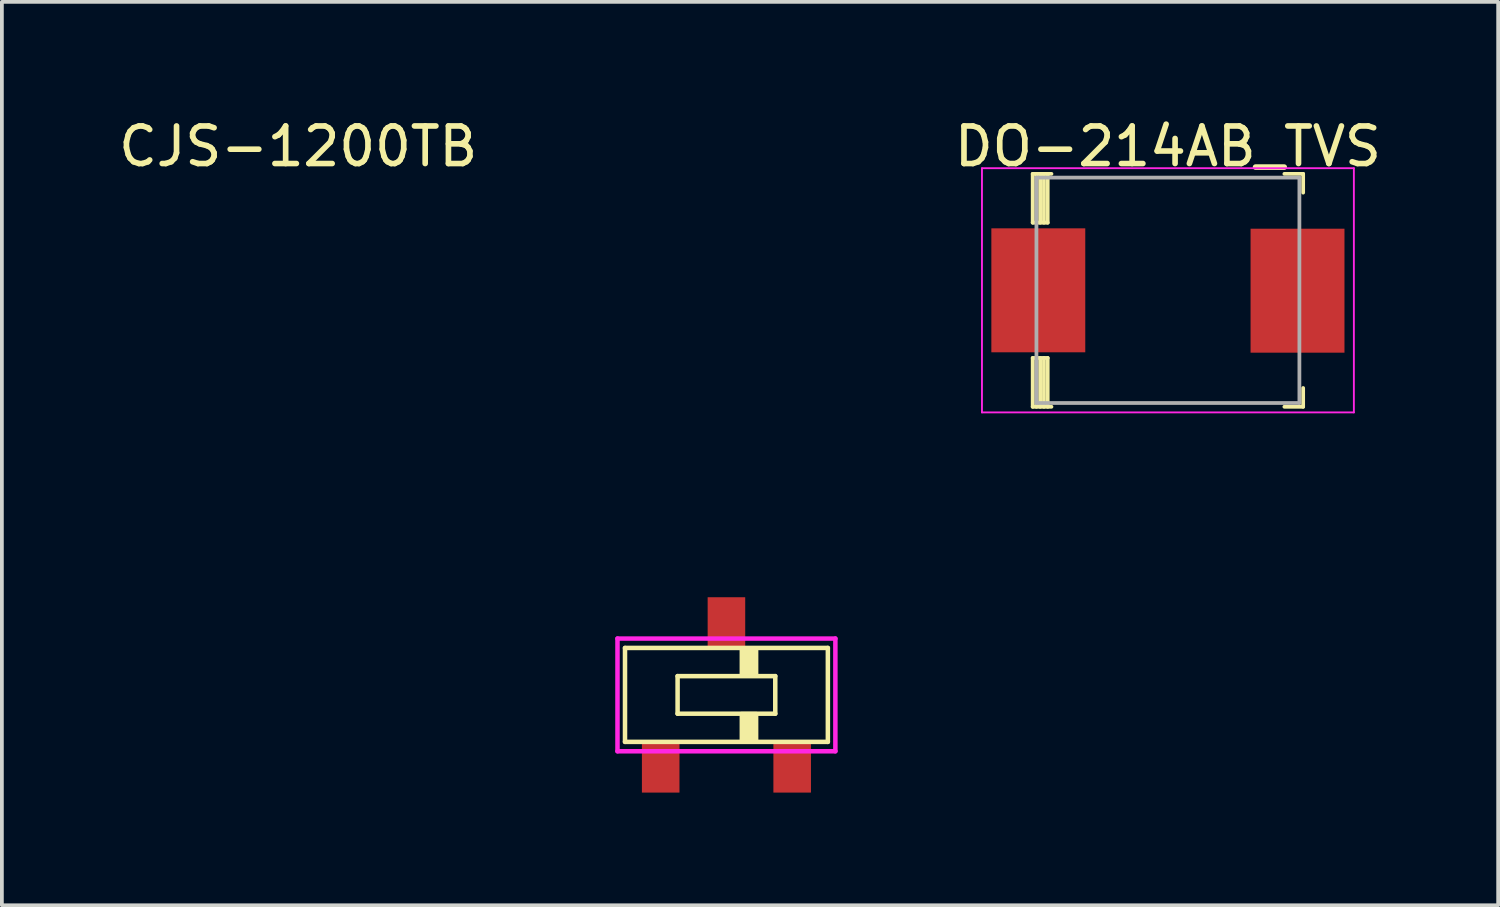
<source format=kicad_pcb>
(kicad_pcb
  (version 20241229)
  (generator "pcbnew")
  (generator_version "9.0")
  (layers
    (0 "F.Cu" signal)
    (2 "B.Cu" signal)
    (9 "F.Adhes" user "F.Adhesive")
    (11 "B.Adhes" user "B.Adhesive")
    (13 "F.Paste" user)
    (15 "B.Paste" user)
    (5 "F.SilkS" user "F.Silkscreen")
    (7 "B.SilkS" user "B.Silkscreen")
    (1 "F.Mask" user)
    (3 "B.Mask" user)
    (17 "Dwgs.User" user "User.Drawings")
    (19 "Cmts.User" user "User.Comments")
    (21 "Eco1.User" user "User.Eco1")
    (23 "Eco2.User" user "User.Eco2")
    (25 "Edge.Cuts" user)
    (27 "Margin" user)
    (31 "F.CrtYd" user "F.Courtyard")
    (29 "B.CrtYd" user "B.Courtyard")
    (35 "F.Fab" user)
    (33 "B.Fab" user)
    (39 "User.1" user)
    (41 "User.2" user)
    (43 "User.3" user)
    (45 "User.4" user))
  (footprint "DO-214AB_TVS"
    (layer "F.Cu")
    (at 28.039 4.678)
    (property "Reference" "DO-214AB_TVS" (at 0 -3.83 180) (layer "F.SilkS") (effects (font (size 1 1) (thickness 0.15))))
    (attr smd)
    (fp_line (start -3.6 -3.1) (end -3.6 -1.8) (stroke (width 0.1) (type solid)) (layer "F.SilkS"))
    (fp_line (start -3.6 -3.1) (end -3.1 -3.1) (stroke (width 0.1) (type solid)) (layer "F.SilkS"))
    (fp_line (start -3.6 -1.8) (end -3.2 -1.8) (stroke (width 0.1) (type solid)) (layer "F.SilkS"))
    (fp_line (start -3.6 1.8) (end -3.2 1.8) (stroke (width 0.1) (type solid)) (layer "F.SilkS"))
    (fp_line (start -3.6 3.1) (end -3.6 1.8) (stroke (width 0.1) (type solid)) (layer "F.SilkS"))
    (fp_line (start -3.6 3.1) (end -3.1 3.1) (stroke (width 0.1) (type solid)) (layer "F.SilkS"))
    (fp_line (start -3.5 -3.1) (end -3.5 -1.8) (stroke (width 0.1) (type solid)) (layer "F.SilkS"))
    (fp_line (start -3.5 3.1) (end -3.5 1.8) (stroke (width 0.1) (type solid)) (layer "F.SilkS"))
    (fp_line (start -3.4 -3.1) (end -3.4 -1.8) (stroke (width 0.1) (type solid)) (layer "F.SilkS"))
    (fp_line (start -3.4 3.1) (end -3.4 1.8) (stroke (width 0.1) (type solid)) (layer "F.SilkS"))
    (fp_line (start -3.3 -3.1) (end -3.3 -1.8) (stroke (width 0.1) (type solid)) (layer "F.SilkS"))
    (fp_line (start -3.3 3.1) (end -3.3 1.8) (stroke (width 0.1) (type solid)) (layer "F.SilkS"))
    (fp_line (start -3.2 -3.1) (end -3.2 -1.8) (stroke (width 0.1) (type solid)) (layer "F.SilkS"))
    (fp_line (start -3.2 3.1) (end -3.2 1.8) (stroke (width 0.1) (type solid)) (layer "F.SilkS"))
    (fp_line (start 3.6 -3.1) (end 3.1 -3.1) (stroke (width 0.1) (type solid)) (layer "F.SilkS"))
    (fp_line (start 3.6 -3.1) (end 3.6 -2.6) (stroke (width 0.1) (type solid)) (layer "F.SilkS"))
    (fp_line (start 3.6 3.1) (end 3.1 3.1) (stroke (width 0.1) (type solid)) (layer "F.SilkS"))
    (fp_line (start 3.6 3.1) (end 3.6 2.6) (stroke (width 0.1) (type solid)) (layer "F.SilkS"))
    (fp_line (start -4.95 -3.25) (end 4.95 -3.25) (stroke (width 0.05) (type solid)) (layer "F.CrtYd"))
    (fp_line (start -4.95 3.25) (end -4.95 -3.25) (stroke (width 0.05) (type solid)) (layer "F.CrtYd"))
    (fp_line (start -4.95 3.25) (end 4.95 3.25) (stroke (width 0.05) (type solid)) (layer "F.CrtYd"))
    (fp_line (start 4.95 3.25) (end 4.95 -3.25) (stroke (width 0.05) (type solid)) (layer "F.CrtYd"))
    (fp_line (start -3.5 -3) (end -3.5 3) (stroke (width 0.1) (type solid)) (layer "F.Fab"))
    (fp_line (start -3.5 -3) (end 3.5 -3) (stroke (width 0.1) (type solid)) (layer "F.Fab"))
    (fp_line (start -3.5 3) (end 3.5 3) (stroke (width 0.1) (type solid)) (layer "F.Fab"))
    (fp_line (start 3.5 -3) (end 3.5 3) (stroke (width 0.1) (type solid)) (layer "F.Fab"))
    (pad "1" smd rect (at -3.45 0) (size 2.5 3.3) (layers "F.Cu" "F.Mask" "F.Paste"))
    (pad "2" smd rect (at 3.45 0.01) (size 2.5 3.3) (layers "F.Cu" "F.Mask" "F.Paste")))
  (footprint "CJS-1200TB"
    (layer "F.Cu")
    (at 16.287 15.448)
    (property "Reference" "CJS-1200TB" (at -11.4 -14.6 0) (layer "F.SilkS") (effects (font (size 1 1) (thickness 0.15))))
    (attr smd)
    (fp_line (start -2.7 -1.25) (end 2.7 -1.25) (stroke (width 0.12) (type solid)) (layer "F.SilkS"))
    (fp_line (start -2.7 1.25) (end -2.7 -1.25) (stroke (width 0.12) (type solid)) (layer "F.SilkS"))
    (fp_line (start -1.3 -0.5) (end 1.3 -0.5) (stroke (width 0.12) (type solid)) (layer "F.SilkS"))
    (fp_line (start -1.3 0.5) (end -1.3 -0.5) (stroke (width 0.12) (type solid)) (layer "F.SilkS"))
    (fp_line (start 1.3 -0.5) (end 1.3 0.5) (stroke (width 0.12) (type solid)) (layer "F.SilkS"))
    (fp_line (start 1.3 0.5) (end -1.3 0.5) (stroke (width 0.12) (type solid)) (layer "F.SilkS"))
    (fp_line (start 2.7 -1.25) (end 2.7 1.25) (stroke (width 0.12) (type solid)) (layer "F.SilkS"))
    (fp_line (start 2.7 1.25) (end -2.7 1.25) (stroke (width 0.12) (type solid)) (layer "F.SilkS"))
    (fp_poly (pts (xy 0.8 -0.5) (xy 0.4 -0.5) (xy 0.4 -1.2) (xy 0.8 -1.2)) (stroke (width 0.1) (type solid)) (fill yes) (layer "F.SilkS"))
    (fp_poly (pts (xy 0.8 1.2) (xy 0.4 1.2) (xy 0.4 0.5) (xy 0.8 0.5)) (stroke (width 0.1) (type solid)) (fill yes) (layer "F.SilkS"))
    (fp_line (start -2.9 -1.5) (end 2.9 -1.5) (stroke (width 0.12) (type solid)) (layer "F.CrtYd"))
    (fp_line (start -2.9 1.5) (end -2.9 -1.5) (stroke (width 0.12) (type solid)) (layer "F.CrtYd"))
    (fp_line (start 2.9 -1.5) (end 2.9 1.5) (stroke (width 0.12) (type solid)) (layer "F.CrtYd"))
    (fp_line (start 2.9 1.5) (end -2.9 1.5) (stroke (width 0.12) (type solid)) (layer "F.CrtYd"))
    (pad "1" smd rect (at -1.75 1.95) (size 1 1.3) (layers "F.Cu" "F.Mask" "F.Paste"))
    (pad "2" smd rect (at 0 -1.95) (size 1 1.3) (layers "F.Cu" "F.Mask" "F.Paste"))
    (pad "3" smd rect (at 1.75 1.95) (size 1 1.3) (layers "F.Cu" "F.Mask" "F.Paste")))
  (gr_rect
    (start -3 -3)
    (end 36.83 21.048)
    (stroke (width 0.1) (type default))
    (fill no)
    (layer "Edge.Cuts")))
</source>
